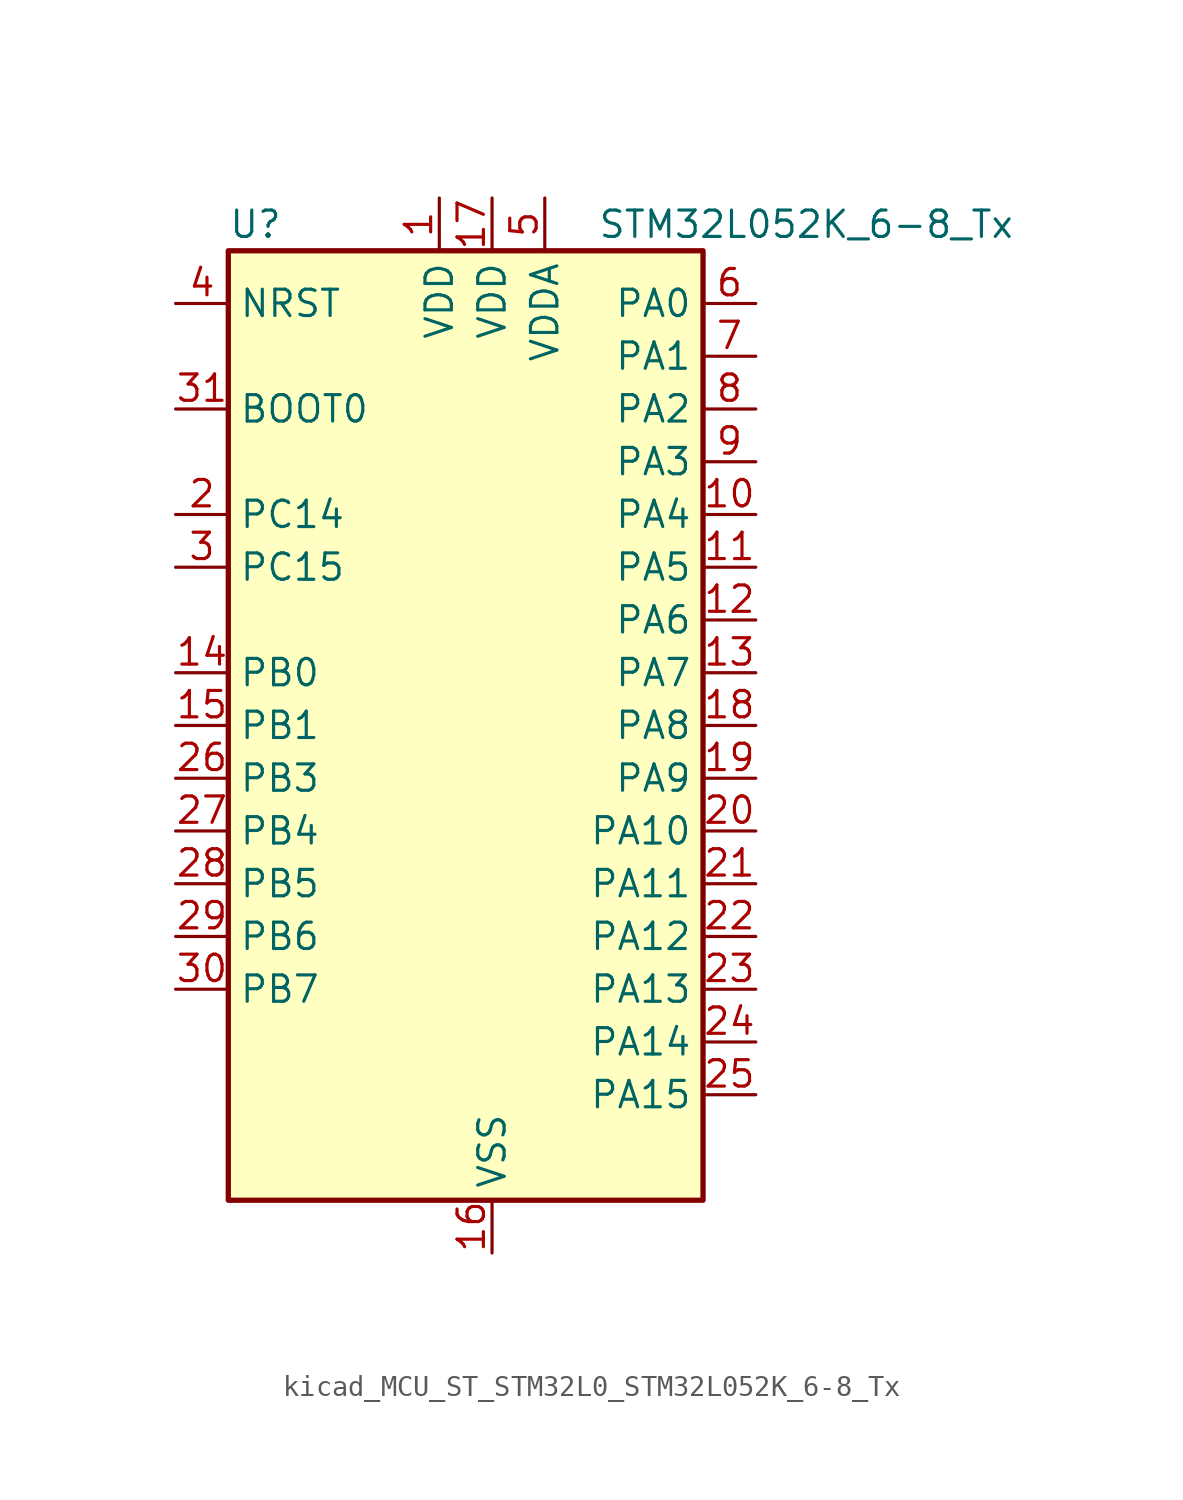
<source format=kicad_sym>
(kicad_symbol_lib
  (version 20220914)
  (generator kicad_symbol_editor)
  (symbol "kicad_MCU_ST_STM32L0_STM32L052K_6-8_Tx"
    (property "Reference" "U"
      (at -10.16 24.13 0)
      (effects (font (size 1.27 1.27)) (justify left)))
    (property "Value" "STM32L052K_6-8_Tx"
      (at 7.62 24.13 0)
      (effects (font (size 1.27 1.27)) (justify left)))
    (property "ki_locked" ""
      (at 0 0 0)
      (effects (font (size 1.27 1.27))))
    (symbol "kicad_MCU_ST_STM32L0_STM32L052K_6-8_Tx_0_1"
      (rectangle (start -10.16 -22.86) (end 12.7 22.86) (stroke (width 0.254) (type default)) (fill (type background))))
    (symbol "kicad_MCU_ST_STM32L0_STM32L052K_6-8_Tx_1_1"
      (pin power_in line (at 0 25.4 270) (length 2.54) (name "VDD" (effects (font (size 1.27 1.27)))) (number "1" (effects (font (size 1.27 1.27)))))
      (pin bidirectional line (at 15.24 10.16 180) (length 2.54) (name "PA4" (effects (font (size 1.27 1.27)))) (number "10" (effects (font (size 1.27 1.27)))) (alternate "ADC_IN4" bidirectional line) (alternate "COMP1_INM" bidirectional line) (alternate "COMP2_INM" bidirectional line) (alternate "DAC_OUT1" bidirectional line) (alternate "SPI1_NSS" bidirectional line) (alternate "TIM22_ETR" bidirectional line) (alternate "TSC_G2_IO1" bidirectional line) (alternate "USART2_CK" bidirectional line))
      (pin bidirectional line (at 15.24 7.62 180) (length 2.54) (name "PA5" (effects (font (size 1.27 1.27)))) (number "11" (effects (font (size 1.27 1.27)))) (alternate "ADC_IN5" bidirectional line) (alternate "COMP1_INM" bidirectional line) (alternate "COMP2_INM" bidirectional line) (alternate "SPI1_SCK" bidirectional line) (alternate "TIM2_CH1" bidirectional line) (alternate "TIM2_ETR" bidirectional line) (alternate "TSC_G2_IO2" bidirectional line))
      (pin bidirectional line (at 15.24 5.08 180) (length 2.54) (name "PA6" (effects (font (size 1.27 1.27)))) (number "12" (effects (font (size 1.27 1.27)))) (alternate "ADC_IN6" bidirectional line) (alternate "COMP1_OUT" bidirectional line) (alternate "SPI1_MISO" bidirectional line) (alternate "TIM22_CH1" bidirectional line) (alternate "TSC_G2_IO3" bidirectional line))
      (pin bidirectional line (at 15.24 2.54 180) (length 2.54) (name "PA7" (effects (font (size 1.27 1.27)))) (number "13" (effects (font (size 1.27 1.27)))) (alternate "ADC_IN7" bidirectional line) (alternate "COMP2_OUT" bidirectional line) (alternate "SPI1_MOSI" bidirectional line) (alternate "TIM22_CH2" bidirectional line) (alternate "TSC_G2_IO4" bidirectional line))
      (pin bidirectional line (at -12.7 2.54 0) (length 2.54) (name "PB0" (effects (font (size 1.27 1.27)))) (number "14" (effects (font (size 1.27 1.27)))) (alternate "ADC_IN8" bidirectional line) (alternate "SYS_VREF_OUT_PB0" bidirectional line) (alternate "TSC_G3_IO2" bidirectional line))
      (pin bidirectional line (at -12.7 0 0) (length 2.54) (name "PB1" (effects (font (size 1.27 1.27)))) (number "15" (effects (font (size 1.27 1.27)))) (alternate "ADC_IN9" bidirectional line) (alternate "SYS_VREF_OUT_PB1" bidirectional line) (alternate "TSC_G3_IO3" bidirectional line))
      (pin power_in line (at 2.54 -25.4 90) (length 2.54) (name "VSS" (effects (font (size 1.27 1.27)))) (number "16" (effects (font (size 1.27 1.27)))))
      (pin power_in line (at 2.54 25.4 270) (length 2.54) (name "VDD" (effects (font (size 1.27 1.27)))) (number "17" (effects (font (size 1.27 1.27)))))
      (pin bidirectional line (at 15.24 0 180) (length 2.54) (name "PA8" (effects (font (size 1.27 1.27)))) (number "18" (effects (font (size 1.27 1.27)))) (alternate "CRS_SYNC" bidirectional line) (alternate "RCC_MCO" bidirectional line) (alternate "USART1_CK" bidirectional line))
      (pin bidirectional line (at 15.24 -2.54 180) (length 2.54) (name "PA9" (effects (font (size 1.27 1.27)))) (number "19" (effects (font (size 1.27 1.27)))) (alternate "DAC_EXTI9" bidirectional line) (alternate "RCC_MCO" bidirectional line) (alternate "TSC_G4_IO1" bidirectional line) (alternate "USART1_TX" bidirectional line))
      (pin bidirectional line (at -12.7 10.16 0) (length 2.54) (name "PC14" (effects (font (size 1.27 1.27)))) (number "2" (effects (font (size 1.27 1.27)))) (alternate "RCC_OSC32_IN" bidirectional line))
      (pin bidirectional line (at 15.24 -5.08 180) (length 2.54) (name "PA10" (effects (font (size 1.27 1.27)))) (number "20" (effects (font (size 1.27 1.27)))) (alternate "TSC_G4_IO2" bidirectional line) (alternate "USART1_RX" bidirectional line))
      (pin bidirectional line (at 15.24 -7.62 180) (length 2.54) (name "PA11" (effects (font (size 1.27 1.27)))) (number "21" (effects (font (size 1.27 1.27)))) (alternate "ADC_EXTI11" bidirectional line) (alternate "COMP1_OUT" bidirectional line) (alternate "SPI1_MISO" bidirectional line) (alternate "TSC_G4_IO3" bidirectional line) (alternate "USART1_CTS" bidirectional line) (alternate "USB_DM" bidirectional line))
      (pin bidirectional line (at 15.24 -10.16 180) (length 2.54) (name "PA12" (effects (font (size 1.27 1.27)))) (number "22" (effects (font (size 1.27 1.27)))) (alternate "COMP2_OUT" bidirectional line) (alternate "SPI1_MOSI" bidirectional line) (alternate "TSC_G4_IO4" bidirectional line) (alternate "USART1_DE" bidirectional line) (alternate "USART1_RTS" bidirectional line) (alternate "USB_DP" bidirectional line))
      (pin bidirectional line (at 15.24 -12.7 180) (length 2.54) (name "PA13" (effects (font (size 1.27 1.27)))) (number "23" (effects (font (size 1.27 1.27)))) (alternate "SYS_SWDIO" bidirectional line) (alternate "USB_NOE" bidirectional line))
      (pin bidirectional line (at 15.24 -15.24 180) (length 2.54) (name "PA14" (effects (font (size 1.27 1.27)))) (number "24" (effects (font (size 1.27 1.27)))) (alternate "SYS_SWCLK" bidirectional line) (alternate "USART2_TX" bidirectional line))
      (pin bidirectional line (at 15.24 -17.78 180) (length 2.54) (name "PA15" (effects (font (size 1.27 1.27)))) (number "25" (effects (font (size 1.27 1.27)))) (alternate "SPI1_NSS" bidirectional line) (alternate "TIM2_CH1" bidirectional line) (alternate "TIM2_ETR" bidirectional line) (alternate "USART2_RX" bidirectional line))
      (pin bidirectional line (at -12.7 -2.54 0) (length 2.54) (name "PB3" (effects (font (size 1.27 1.27)))) (number "26" (effects (font (size 1.27 1.27)))) (alternate "COMP2_INM" bidirectional line) (alternate "SPI1_SCK" bidirectional line) (alternate "TIM2_CH2" bidirectional line) (alternate "TSC_G5_IO1" bidirectional line))
      (pin bidirectional line (at -12.7 -5.08 0) (length 2.54) (name "PB4" (effects (font (size 1.27 1.27)))) (number "27" (effects (font (size 1.27 1.27)))) (alternate "COMP2_INP" bidirectional line) (alternate "SPI1_MISO" bidirectional line) (alternate "TIM22_CH1" bidirectional line) (alternate "TSC_G5_IO2" bidirectional line))
      (pin bidirectional line (at -12.7 -7.62 0) (length 2.54) (name "PB5" (effects (font (size 1.27 1.27)))) (number "28" (effects (font (size 1.27 1.27)))) (alternate "COMP2_INP" bidirectional line) (alternate "I2C1_SMBA" bidirectional line) (alternate "LPTIM1_IN1" bidirectional line) (alternate "SPI1_MOSI" bidirectional line) (alternate "TIM22_CH2" bidirectional line))
      (pin bidirectional line (at -12.7 -10.16 0) (length 2.54) (name "PB6" (effects (font (size 1.27 1.27)))) (number "29" (effects (font (size 1.27 1.27)))) (alternate "COMP2_INP" bidirectional line) (alternate "I2C1_SCL" bidirectional line) (alternate "LPTIM1_ETR" bidirectional line) (alternate "TSC_G5_IO3" bidirectional line) (alternate "USART1_TX" bidirectional line))
      (pin bidirectional line (at -12.7 7.62 0) (length 2.54) (name "PC15" (effects (font (size 1.27 1.27)))) (number "3" (effects (font (size 1.27 1.27)))) (alternate "RCC_OSC32_OUT" bidirectional line))
      (pin bidirectional line (at -12.7 -12.7 0) (length 2.54) (name "PB7" (effects (font (size 1.27 1.27)))) (number "30" (effects (font (size 1.27 1.27)))) (alternate "COMP2_INP" bidirectional line) (alternate "I2C1_SDA" bidirectional line) (alternate "LPTIM1_IN2" bidirectional line) (alternate "SYS_PVD_IN" bidirectional line) (alternate "TSC_G5_IO4" bidirectional line) (alternate "USART1_RX" bidirectional line))
      (pin input line (at -12.7 15.24 0) (length 2.54) (name "BOOT0" (effects (font (size 1.27 1.27)))) (number "31" (effects (font (size 1.27 1.27)))))
      (pin passive line (at 2.54 -25.4 90) (length 2.54) hide (name "VSS" (effects (font (size 1.27 1.27)))) (number "32" (effects (font (size 1.27 1.27)))))
      (pin input line (at -12.7 20.32 0) (length 2.54) (name "NRST" (effects (font (size 1.27 1.27)))) (number "4" (effects (font (size 1.27 1.27)))))
      (pin power_in line (at 5.08 25.4 270) (length 2.54) (name "VDDA" (effects (font (size 1.27 1.27)))) (number "5" (effects (font (size 1.27 1.27)))))
      (pin bidirectional line (at 15.24 20.32 180) (length 2.54) (name "PA0" (effects (font (size 1.27 1.27)))) (number "6" (effects (font (size 1.27 1.27)))) (alternate "ADC_IN0" bidirectional line) (alternate "COMP1_INM" bidirectional line) (alternate "COMP1_OUT" bidirectional line) (alternate "RTC_TAMP2" bidirectional line) (alternate "SYS_WKUP1" bidirectional line) (alternate "TIM2_CH1" bidirectional line) (alternate "TIM2_ETR" bidirectional line) (alternate "TSC_G1_IO1" bidirectional line) (alternate "USART2_CTS" bidirectional line))
      (pin bidirectional line (at 15.24 17.78 180) (length 2.54) (name "PA1" (effects (font (size 1.27 1.27)))) (number "7" (effects (font (size 1.27 1.27)))) (alternate "ADC_IN1" bidirectional line) (alternate "COMP1_INP" bidirectional line) (alternate "TIM21_ETR" bidirectional line) (alternate "TIM2_CH2" bidirectional line) (alternate "TSC_G1_IO2" bidirectional line) (alternate "USART2_DE" bidirectional line) (alternate "USART2_RTS" bidirectional line))
      (pin bidirectional line (at 15.24 15.24 180) (length 2.54) (name "PA2" (effects (font (size 1.27 1.27)))) (number "8" (effects (font (size 1.27 1.27)))) (alternate "ADC_IN2" bidirectional line) (alternate "COMP2_INM" bidirectional line) (alternate "COMP2_OUT" bidirectional line) (alternate "TIM21_CH1" bidirectional line) (alternate "TIM2_CH3" bidirectional line) (alternate "TSC_G1_IO3" bidirectional line) (alternate "USART2_TX" bidirectional line))
      (pin bidirectional line (at 15.24 12.7 180) (length 2.54) (name "PA3" (effects (font (size 1.27 1.27)))) (number "9" (effects (font (size 1.27 1.27)))) (alternate "ADC_IN3" bidirectional line) (alternate "COMP2_INP" bidirectional line) (alternate "TIM21_CH2" bidirectional line) (alternate "TIM2_CH4" bidirectional line) (alternate "TSC_G1_IO4" bidirectional line) (alternate "USART2_RX" bidirectional line)))))
</source>
